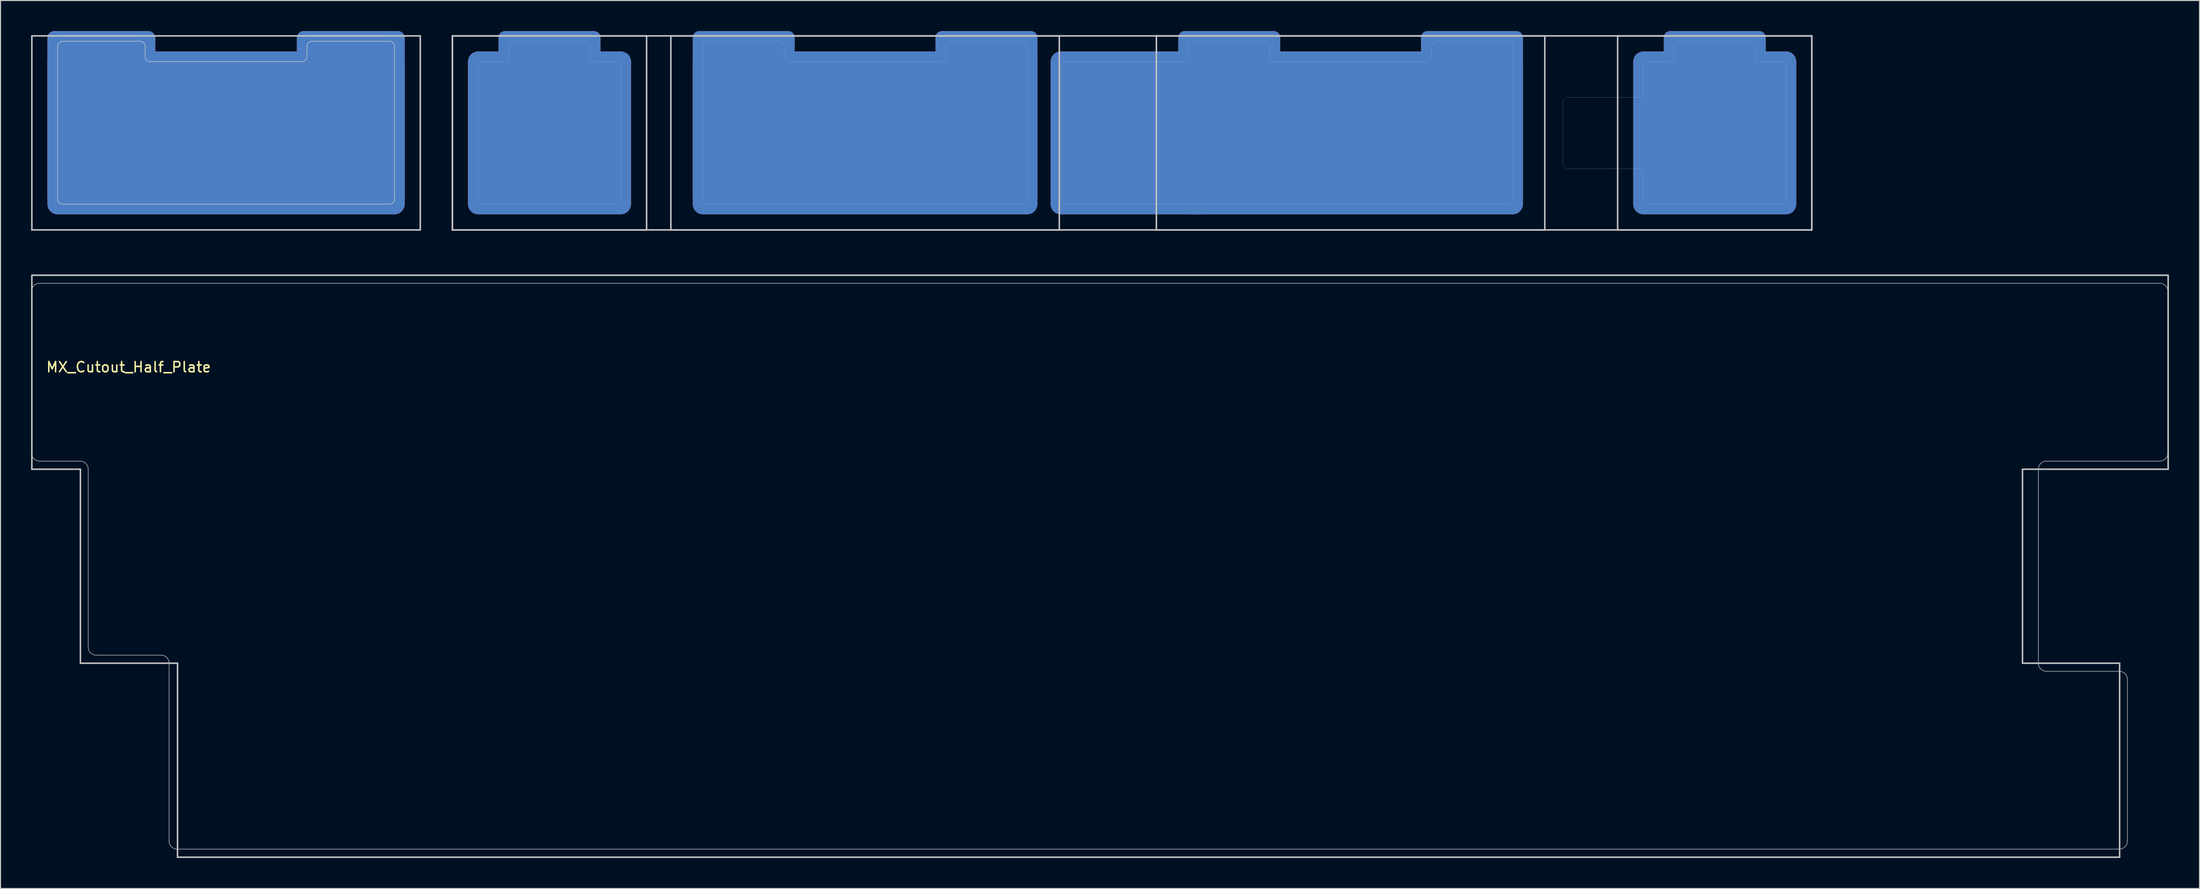
<source format=kicad_pcb>
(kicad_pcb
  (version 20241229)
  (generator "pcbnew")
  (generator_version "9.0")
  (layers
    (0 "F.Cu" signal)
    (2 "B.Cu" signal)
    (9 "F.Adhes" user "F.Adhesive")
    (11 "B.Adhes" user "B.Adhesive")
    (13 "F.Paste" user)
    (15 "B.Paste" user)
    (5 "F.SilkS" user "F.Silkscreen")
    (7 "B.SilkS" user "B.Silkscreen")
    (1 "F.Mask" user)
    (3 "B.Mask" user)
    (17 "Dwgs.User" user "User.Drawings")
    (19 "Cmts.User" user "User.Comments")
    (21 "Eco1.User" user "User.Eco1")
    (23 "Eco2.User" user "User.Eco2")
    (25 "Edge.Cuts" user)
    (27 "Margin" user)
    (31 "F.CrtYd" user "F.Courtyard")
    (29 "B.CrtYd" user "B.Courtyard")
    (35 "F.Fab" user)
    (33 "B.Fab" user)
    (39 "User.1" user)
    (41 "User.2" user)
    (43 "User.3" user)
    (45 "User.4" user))
  (footprint "MX_Cutout_7u_1u-2.25u-2.75u-1u"
    (layer "F.Cu")
    (at 108 10)
    (property "Reference" "MX_Cutout_7u_1u-2.25u-2.75u-1u" (at 0.25 10.05 0) (layer "Eco2.User") (effects (font (size 1 1) (thickness 0.15))))
    (fp_line (start -66.675 -9.525) (end -66.675 9.525) (stroke (width 0.15) (type solid)) (layer "Dwgs.User"))
    (fp_line (start -66.675 -9.525) (end -47.625 -9.525) (stroke (width 0.15) (type solid)) (layer "Dwgs.User"))
    (fp_line (start -66.675 -9.525) (end 66.675 -9.525) (stroke (width 0.15) (type solid)) (layer "Dwgs.User"))
    (fp_line (start -66.675 9.525) (end -66.675 -9.525) (stroke (width 0.15) (type solid)) (layer "Dwgs.User"))
    (fp_line (start -66.675 9.525) (end 66.675 9.525) (stroke (width 0.15) (type solid)) (layer "Dwgs.User"))
    (fp_line (start -47.625 -9.525) (end -47.625 9.525) (stroke (width 0.15) (type solid)) (layer "Dwgs.User"))
    (fp_line (start -47.625 9.525) (end -66.675 9.525) (stroke (width 0.15) (type solid)) (layer "Dwgs.User"))
    (fp_line (start -45.244 9.525) (end -45.244 -9.525) (stroke (width 0.15) (type solid)) (layer "Dwgs.User"))
    (fp_line (start -7.144 -9.525) (end -45.244 -9.525) (stroke (width 0.15) (type solid)) (layer "Dwgs.User"))
    (fp_line (start -7.144 9.525) (end -45.244 9.525) (stroke (width 0.15) (type solid)) (layer "Dwgs.User"))
    (fp_line (start -7.144 9.525) (end -7.144 -9.525) (stroke (width 0.15) (type solid)) (layer "Dwgs.User"))
    (fp_line (start 2.381 9.525) (end 2.381 -9.525) (stroke (width 0.15) (type solid)) (layer "Dwgs.User"))
    (fp_line (start 40.481 -9.525) (end 2.381 -9.525) (stroke (width 0.15) (type solid)) (layer "Dwgs.User"))
    (fp_line (start 40.481 9.525) (end 2.381 9.525) (stroke (width 0.15) (type solid)) (layer "Dwgs.User"))
    (fp_line (start 40.481 9.525) (end 40.481 -9.525) (stroke (width 0.15) (type solid)) (layer "Dwgs.User"))
    (fp_line (start 47.625 -9.525) (end 66.675 -9.525) (stroke (width 0.15) (type solid)) (layer "Dwgs.User"))
    (fp_line (start 47.625 9.525) (end 47.625 -9.525) (stroke (width 0.15) (type solid)) (layer "Dwgs.User"))
    (fp_line (start 66.675 -9.525) (end 66.675 9.525) (stroke (width 0.15) (type solid)) (layer "Dwgs.User"))
    (fp_line (start 66.675 -9.525) (end 66.675 9.525) (stroke (width 0.15) (type solid)) (layer "Dwgs.User"))
    (fp_line (start 66.675 9.525) (end 47.625 9.525) (stroke (width 0.15) (type solid)) (layer "Dwgs.User"))
    (fp_line (start -64.15 -6.5) (end -64.15 6.5) (stroke (width 0.01) (type solid)) (layer "Edge.Cuts"))
    (fp_line (start -63.65 7) (end -50.65 7) (stroke (width 0.01) (type solid)) (layer "Edge.Cuts"))
    (fp_line (start -61.65 -7) (end -63.65 -7) (stroke (width 0.01) (type solid)) (layer "Edge.Cuts"))
    (fp_line (start -61.15 -8.5) (end -61.15 -7.5) (stroke (width 0.01) (type solid)) (layer "Edge.Cuts"))
    (fp_line (start -53.65 -9) (end -60.65 -9) (stroke (width 0.01) (type solid)) (layer "Edge.Cuts"))
    (fp_line (start -53.15 -7.5) (end -53.15 -8.5) (stroke (width 0.01) (type solid)) (layer "Edge.Cuts"))
    (fp_line (start -50.65 -7) (end -52.65 -7) (stroke (width 0.01) (type solid)) (layer "Edge.Cuts"))
    (fp_line (start -50.15 6.5) (end -50.15 -6.5) (stroke (width 0.01) (type solid)) (layer "Edge.Cuts"))
    (fp_line (start -42.132 -8.5) (end -42.132 6.5) (stroke (width 0.01) (type solid)) (layer "Edge.Cuts"))
    (fp_line (start -41.632 7) (end -10.756 7) (stroke (width 0.01) (type solid)) (layer "Edge.Cuts"))
    (fp_line (start -34.632 -9) (end -41.632 -9) (stroke (width 0.01) (type solid)) (layer "Edge.Cuts"))
    (fp_line (start -34.132 -7.5) (end -34.132 -8.5) (stroke (width 0.01) (type solid)) (layer "Edge.Cuts"))
    (fp_line (start -18.756 -7) (end -33.632 -7) (stroke (width 0.01) (type solid)) (layer "Edge.Cuts"))
    (fp_line (start -18.256 -8.5) (end -18.256 -7.5) (stroke (width 0.01) (type solid)) (layer "Edge.Cuts"))
    (fp_line (start -10.756 -9) (end -17.756 -9) (stroke (width 0.01) (type solid)) (layer "Edge.Cuts"))
    (fp_line (start -10.256 6.5) (end -10.256 -8.5) (stroke (width 0.01) (type solid)) (layer "Edge.Cuts"))
    (fp_line (start -7 -6.5) (end -7 6.5) (stroke (width 0.01) (type solid)) (layer "Edge.Cuts"))
    (fp_line (start -6.5 7) (end 36.869 7) (stroke (width 0.01) (type solid)) (layer "Edge.Cuts"))
    (fp_line (start 4.993 -7) (end -6.5 -7) (stroke (width 0.01) (type solid)) (layer "Edge.Cuts"))
    (fp_line (start 5.493 -8.5) (end 5.493 -7.5) (stroke (width 0.01) (type solid)) (layer "Edge.Cuts"))
    (fp_line (start 12.993 -9) (end 5.993 -9) (stroke (width 0.01) (type solid)) (layer "Edge.Cuts"))
    (fp_line (start 13.493 -7.5) (end 13.493 -8.5) (stroke (width 0.01) (type solid)) (layer "Edge.Cuts"))
    (fp_line (start 28.869 -7) (end 13.993 -7) (stroke (width 0.01) (type solid)) (layer "Edge.Cuts"))
    (fp_line (start 29.369 -8.5) (end 29.369 -7.5) (stroke (width 0.01) (type solid)) (layer "Edge.Cuts"))
    (fp_line (start 36.869 -9) (end 29.869 -9) (stroke (width 0.01) (type solid)) (layer "Edge.Cuts"))
    (fp_line (start 37.369 6.5) (end 37.369 -8.5) (stroke (width 0.01) (type solid)) (layer "Edge.Cuts"))
    (fp_line (start 42.244 3) (end 42.244 -3) (stroke (width 0.01) (type solid)) (layer "Edge.Cuts"))
    (fp_line (start 42.744 -3.5) (end 49.65 -3.5) (stroke (width 0.01) (type solid)) (layer "Edge.Cuts"))
    (fp_line (start 49.65 3.5) (end 42.744 3.5) (stroke (width 0.01) (type solid)) (layer "Edge.Cuts"))
    (fp_line (start 50.15 -4) (end 50.15 -6.5) (stroke (width 0.01) (type solid)) (layer "Edge.Cuts"))
    (fp_line (start 50.15 6.5) (end 50.15 4) (stroke (width 0.01) (type solid)) (layer "Edge.Cuts"))
    (fp_line (start 50.65 -7) (end 52.65 -7) (stroke (width 0.01) (type solid)) (layer "Edge.Cuts"))
    (fp_line (start 53.15 -7.5) (end 53.15 -8.5) (stroke (width 0.01) (type solid)) (layer "Edge.Cuts"))
    (fp_line (start 53.65 -9) (end 60.65 -9) (stroke (width 0.01) (type solid)) (layer "Edge.Cuts"))
    (fp_line (start 61.15 -8.5) (end 61.15 -7.5) (stroke (width 0.01) (type solid)) (layer "Edge.Cuts"))
    (fp_line (start 61.65 -7) (end 63.65 -7) (stroke (width 0.01) (type solid)) (layer "Edge.Cuts"))
    (fp_line (start 63.65 7) (end 50.65 7) (stroke (width 0.01) (type solid)) (layer "Edge.Cuts"))
    (fp_line (start 64.15 -6.5) (end 64.15 6.5) (stroke (width 0.01) (type solid)) (layer "Edge.Cuts"))
    (fp_arc (start -64.15 -6.5) (mid -64.003553 -6.853553) (end -63.65 -7) (stroke (width 0.01) (type solid)) (layer "Edge.Cuts"))
    (fp_arc (start -63.65 7) (mid -64.003553 6.853553) (end -64.15 6.5) (stroke (width 0.01) (type solid)) (layer "Edge.Cuts"))
    (fp_arc (start -61.15 -8.5) (mid -61.003553 -8.853553) (end -60.65 -9) (stroke (width 0.01) (type solid)) (layer "Edge.Cuts"))
    (fp_arc (start -61.15 -7.5) (mid -61.296447 -7.146447) (end -61.65 -7) (stroke (width 0.01) (type solid)) (layer "Edge.Cuts"))
    (fp_arc (start -53.65 -9) (mid -53.296447 -8.853553) (end -53.15 -8.5) (stroke (width 0.01) (type solid)) (layer "Edge.Cuts"))
    (fp_arc (start -52.65 -7) (mid -53.003553 -7.146447) (end -53.15 -7.5) (stroke (width 0.01) (type solid)) (layer "Edge.Cuts"))
    (fp_arc (start -50.65 -7) (mid -50.296447 -6.853553) (end -50.15 -6.5) (stroke (width 0.01) (type solid)) (layer "Edge.Cuts"))
    (fp_arc (start -50.15 6.5) (mid -50.296447 6.853553) (end -50.65 7) (stroke (width 0.01) (type solid)) (layer "Edge.Cuts"))
    (fp_arc (start -42.13175 -8.5) (mid -41.985303 -8.853553) (end -41.63175 -9) (stroke (width 0.01) (type solid)) (layer "Edge.Cuts"))
    (fp_arc (start -41.63175 7) (mid -41.985303 6.853553) (end -42.13175 6.5) (stroke (width 0.01) (type solid)) (layer "Edge.Cuts"))
    (fp_arc (start -34.63175 -9) (mid -34.278197 -8.853553) (end -34.13175 -8.5) (stroke (width 0.01) (type solid)) (layer "Edge.Cuts"))
    (fp_arc (start -33.63175 -7) (mid -33.985303 -7.146447) (end -34.13175 -7.5) (stroke (width 0.01) (type solid)) (layer "Edge.Cuts"))
    (fp_arc (start -18.25575 -8.5) (mid -18.109303 -8.853553) (end -17.75575 -9) (stroke (width 0.01) (type solid)) (layer "Edge.Cuts"))
    (fp_arc (start -18.25575 -7.5) (mid -18.402197 -7.146447) (end -18.75575 -7) (stroke (width 0.01) (type solid)) (layer "Edge.Cuts"))
    (fp_arc (start -10.75575 -9) (mid -10.402197 -8.853553) (end -10.25575 -8.5) (stroke (width 0.01) (type solid)) (layer "Edge.Cuts"))
    (fp_arc (start -10.25575 6.5) (mid -10.402197 6.853553) (end -10.75575 7) (stroke (width 0.01) (type solid)) (layer "Edge.Cuts"))
    (fp_arc (start -7 -6.5) (mid -6.853553 -6.853553) (end -6.5 -7) (stroke (width 0.01) (type solid)) (layer "Edge.Cuts"))
    (fp_arc (start -6.5 7) (mid -6.853553 6.853553) (end -7 6.5) (stroke (width 0.01) (type solid)) (layer "Edge.Cuts"))
    (fp_arc (start 5.49325 -8.5) (mid 5.639697 -8.853553) (end 5.99325 -9) (stroke (width 0.01) (type solid)) (layer "Edge.Cuts"))
    (fp_arc (start 5.49325 -7.5) (mid 5.346803 -7.146447) (end 4.99325 -7) (stroke (width 0.01) (type solid)) (layer "Edge.Cuts"))
    (fp_arc (start 12.99325 -9) (mid 13.346803 -8.853553) (end 13.49325 -8.5) (stroke (width 0.01) (type solid)) (layer "Edge.Cuts"))
    (fp_arc (start 13.99325 -7) (mid 13.639697 -7.146447) (end 13.49325 -7.5) (stroke (width 0.01) (type solid)) (layer "Edge.Cuts"))
    (fp_arc (start 29.36925 -8.5) (mid 29.515697 -8.853553) (end 29.86925 -9) (stroke (width 0.01) (type solid)) (layer "Edge.Cuts"))
    (fp_arc (start 29.36925 -7.5) (mid 29.222803 -7.146447) (end 28.86925 -7) (stroke (width 0.01) (type solid)) (layer "Edge.Cuts"))
    (fp_arc (start 36.86925 -9) (mid 37.222803 -8.853553) (end 37.36925 -8.5) (stroke (width 0.01) (type solid)) (layer "Edge.Cuts"))
    (fp_arc (start 37.36925 6.5) (mid 37.222803 6.853553) (end 36.86925 7) (stroke (width 0.01) (type solid)) (layer "Edge.Cuts"))
    (fp_arc (start 42.24375 -3) (mid 42.390197 -3.353553) (end 42.74375 -3.5) (stroke (width 0.01) (type solid)) (layer "Edge.Cuts"))
    (fp_arc (start 42.74375 3.5) (mid 42.390197 3.353553) (end 42.24375 3) (stroke (width 0.01) (type solid)) (layer "Edge.Cuts"))
    (fp_arc (start 49.65 3.5) (mid 50.003553 3.646447) (end 50.15 4) (stroke (width 0.01) (type solid)) (layer "Edge.Cuts"))
    (fp_arc (start 50.15 -6.5) (mid 50.296447 -6.853553) (end 50.65 -7) (stroke (width 0.01) (type solid)) (layer "Edge.Cuts"))
    (fp_arc (start 50.15 -4) (mid 50.003553 -3.646447) (end 49.65 -3.5) (stroke (width 0.01) (type solid)) (layer "Edge.Cuts"))
    (fp_arc (start 50.65 7) (mid 50.296447 6.853553) (end 50.15 6.5) (stroke (width 0.01) (type solid)) (layer "Edge.Cuts"))
    (fp_arc (start 53.15 -8.5) (mid 53.296447 -8.853553) (end 53.65 -9) (stroke (width 0.01) (type solid)) (layer "Edge.Cuts"))
    (fp_arc (start 53.15 -7.5) (mid 53.003553 -7.146447) (end 52.65 -7) (stroke (width 0.01) (type solid)) (layer "Edge.Cuts"))
    (fp_arc (start 60.65 -9) (mid 61.003553 -8.853553) (end 61.15 -8.5) (stroke (width 0.01) (type solid)) (layer "Edge.Cuts"))
    (fp_arc (start 61.65 -7) (mid 61.296447 -7.146447) (end 61.15 -7.5) (stroke (width 0.01) (type solid)) (layer "Edge.Cuts"))
    (fp_arc (start 63.65 -7) (mid 64.003553 -6.853553) (end 64.15 -6.5) (stroke (width 0.01) (type solid)) (layer "Edge.Cuts"))
    (fp_arc (start 64.15 6.5) (mid 64.003553 6.853553) (end 63.65 7) (stroke (width 0.01) (type solid)) (layer "Edge.Cuts"))
    (pad "1" smd roundrect (at -57.15 -1.5 180) (size 10 17) (layers "F.Cu" "F.Mask") (roundrect_rratio 0.063))
    (pad "1" smd roundrect (at -57.15 -1.5 180) (size 10 17) (layers "B.Cu" "B.Mask") (roundrect_rratio 0.063))
    (pad "1" smd roundrect (at -57.15 0 180) (size 16 16) (layers "F.Cu" "F.Mask") (roundrect_rratio 0.063))
    (pad "1" smd roundrect (at -57.15 0 180) (size 16 16) (layers "B.Cu" "B.Mask") (roundrect_rratio 0.063))
    (pad "1" smd roundrect (at -38.1 -1.5) (size 10 17) (layers "F.Cu" "F.Mask") (roundrect_rratio 0.063))
    (pad "1" smd roundrect (at -38.1 -1.5) (size 10 17) (layers "B.Cu" "B.Mask") (roundrect_rratio 0.063))
    (pad "1" smd roundrect (at -26.194 0) (size 33.812 16) (layers "F.Cu" "F.Mask") (roundrect_rratio 0.063))
    (pad "1" smd roundrect (at -26.194 0) (size 33.812 16) (layers "B.Cu" "B.Mask") (roundrect_rratio 0.063))
    (pad "1" smd roundrect (at -14.287 -1.5) (size 10 17) (layers "F.Cu" "F.Mask") (roundrect_rratio 0.063))
    (pad "1" smd roundrect (at -14.287 -1.5) (size 10 17) (layers "B.Cu" "B.Mask") (roundrect_rratio 0.063))
    (pad "1" smd roundrect (at 0 0 180) (size 16 16) (layers "F.Cu" "F.Mask") (roundrect_rratio 0.063))
    (pad "1" smd roundrect (at 0 0 180) (size 16 16) (layers "B.Cu" "B.Mask") (roundrect_rratio 0.063))
    (pad "1" smd roundrect (at 9.525 -1.5) (size 10 17) (layers "F.Cu" "F.Mask") (roundrect_rratio 0.063))
    (pad "1" smd roundrect (at 9.525 -1.5) (size 10 17) (layers "B.Cu" "B.Mask") (roundrect_rratio 0.063))
    (pad "1" smd roundrect (at 21.431 0) (size 33.812 16) (layers "F.Cu" "F.Mask") (roundrect_rratio 0.063))
    (pad "1" smd roundrect (at 21.431 0) (size 33.812 16) (layers "B.Cu" "B.Mask") (roundrect_rratio 0.063))
    (pad "1" smd roundrect (at 33.337 -1.5) (size 10 17) (layers "F.Cu" "F.Mask") (roundrect_rratio 0.063))
    (pad "1" smd roundrect (at 33.337 -1.5) (size 10 17) (layers "B.Cu" "B.Mask") (roundrect_rratio 0.063))
    (pad "1" smd roundrect (at 57.15 -1.5 180) (size 10 17) (layers "F.Cu" "F.Mask") (roundrect_rratio 0.063))
    (pad "1" smd roundrect (at 57.15 -1.5 180) (size 10 17) (layers "B.Cu" "B.Mask") (roundrect_rratio 0.063))
    (pad "1" smd roundrect (at 57.15 0 180) (size 16 16) (layers "F.Cu" "F.Mask") (roundrect_rratio 0.063))
    (pad "1" smd roundrect (at 57.15 0 180) (size 16 16) (layers "B.Cu" "B.Mask") (roundrect_rratio 0.063)))
  (footprint "MX_Cutout_Half_Plate"
    (layer "F.Cu")
    (at 9.569 33.498)
    (property "Reference" "MX_Cutout_Half_Plate" (at 0 -0.5 0) (unlocked yes) (layer "F.SilkS") (effects (font (size 1 1) (thickness 0.15))))
    (fp_line (start -9.494 -9.525) (end -9.494 9.525) (stroke (width 0.15) (type solid)) (layer "Dwgs.User"))
    (fp_line (start -9.494 -9.525) (end 200.056 -9.525) (stroke (width 0.15) (type solid)) (layer "Dwgs.User"))
    (fp_line (start -9.494 9.525) (end -4.731 9.525) (stroke (width 0.15) (type solid)) (layer "Dwgs.User"))
    (fp_line (start -4.731 9.525) (end -4.731 28.575) (stroke (width 0.15) (type solid)) (layer "Dwgs.User"))
    (fp_line (start -4.731 28.575) (end 4.794 28.575) (stroke (width 0.15) (type solid)) (layer "Dwgs.User"))
    (fp_line (start 4.794 28.575) (end 4.794 47.625) (stroke (width 0.15) (type solid)) (layer "Dwgs.User"))
    (fp_line (start 4.794 47.625) (end 195.294 47.625) (stroke (width 0.15) (type solid)) (layer "Dwgs.User"))
    (fp_line (start 185.769 9.525) (end 185.769 28.575) (stroke (width 0.15) (type solid)) (layer "Dwgs.User"))
    (fp_line (start 195.294 28.575) (end 185.769 28.575) (stroke (width 0.15) (type solid)) (layer "Dwgs.User"))
    (fp_line (start 195.294 28.575) (end 195.294 47.625) (stroke (width 0.15) (type solid)) (layer "Dwgs.User"))
    (fp_line (start 200.056 -9.525) (end 200.056 9.525) (stroke (width 0.15) (type solid)) (layer "Dwgs.User"))
    (fp_line (start 200.056 9.525) (end 185.769 9.525) (stroke (width 0.15) (type solid)) (layer "Dwgs.User"))
    (fp_line (start -9.525 -7.938) (end -9.525 7.938) (stroke (width 0.05) (type solid)) (layer "Edge.Cuts"))
    (fp_line (start -8.731 8.731) (end -4.763 8.731) (stroke (width 0.05) (type solid)) (layer "Edge.Cuts"))
    (fp_line (start -3.969 9.525) (end -3.969 26.988) (stroke (width 0.05) (type solid)) (layer "Edge.Cuts"))
    (fp_line (start -3.175 27.781) (end 3.175 27.781) (stroke (width 0.05) (type solid)) (layer "Edge.Cuts"))
    (fp_line (start 3.969 28.575) (end 3.969 46.038) (stroke (width 0.05) (type solid)) (layer "Edge.Cuts"))
    (fp_line (start 4.763 46.831) (end 195.262 46.831) (stroke (width 0.05) (type solid)) (layer "Edge.Cuts"))
    (fp_line (start 187.325 28.575) (end 187.325 9.525) (stroke (width 0.05) (type solid)) (layer "Edge.Cuts"))
    (fp_line (start 188.119 8.731) (end 199.231 8.731) (stroke (width 0.05) (type solid)) (layer "Edge.Cuts"))
    (fp_line (start 195.262 29.369) (end 188.119 29.369) (stroke (width 0.05) (type solid)) (layer "Edge.Cuts"))
    (fp_line (start 196.056 46.038) (end 196.056 30.163) (stroke (width 0.05) (type solid)) (layer "Edge.Cuts"))
    (fp_line (start 199.231 -8.731) (end -8.731 -8.731) (stroke (width 0.05) (type solid)) (layer "Edge.Cuts"))
    (fp_line (start 200.025 7.938) (end 200.025 -7.938) (stroke (width 0.05) (type solid)) (layer "Edge.Cuts"))
    (fp_arc (start -9.525 -7.9375) (mid -9.292516 -8.498766) (end -8.73125 -8.73125) (stroke (width 0.05) (type solid)) (layer "Edge.Cuts"))
    (fp_arc (start -8.73125 8.73125) (mid -9.292516 8.498766) (end -9.525 7.9375) (stroke (width 0.05) (type solid)) (layer "Edge.Cuts"))
    (fp_arc (start -4.7625 8.73125) (mid -4.201234 8.963734) (end -3.96875 9.525) (stroke (width 0.05) (type solid)) (layer "Edge.Cuts"))
    (fp_arc (start -3.175 27.78125) (mid -3.736266 27.548766) (end -3.96875 26.9875) (stroke (width 0.05) (type solid)) (layer "Edge.Cuts"))
    (fp_arc (start 3.175 27.78125) (mid 3.736266 28.013734) (end 3.96875 28.575) (stroke (width 0.05) (type solid)) (layer "Edge.Cuts"))
    (fp_arc (start 4.7625 46.83125) (mid 4.201234 46.598766) (end 3.96875 46.0375) (stroke (width 0.05) (type solid)) (layer "Edge.Cuts"))
    (fp_arc (start 187.325 9.525) (mid 187.557484 8.963734) (end 188.11875 8.73125) (stroke (width 0.05) (type solid)) (layer "Edge.Cuts"))
    (fp_arc (start 188.11875 29.36875) (mid 187.557484 29.136266) (end 187.325 28.575) (stroke (width 0.05) (type solid)) (layer "Edge.Cuts"))
    (fp_arc (start 195.2625 29.36875) (mid 195.823766 29.601234) (end 196.05625 30.1625) (stroke (width 0.05) (type solid)) (layer "Edge.Cuts"))
    (fp_arc (start 196.05625 46.0375) (mid 195.823766 46.598766) (end 195.2625 46.83125) (stroke (width 0.05) (type solid)) (layer "Edge.Cuts"))
    (fp_arc (start 199.23125 -8.73125) (mid 199.792516 -8.498766) (end 200.025 -7.9375) (stroke (width 0.05) (type solid)) (layer "Edge.Cuts"))
    (fp_arc (start 200.025 7.9375) (mid 199.792516 8.498766) (end 199.23125 8.73125) (stroke (width 0.05) (type solid)) (layer "Edge.Cuts")))
  (footprint "MX_Cutout_2u_1u-1u"
    (layer "F.Cu")
    (at 19.125 10)
    (property "Reference" "MX_Cutout_2u_1u-1u" (at 0.25 10.05 0) (layer "Eco2.User") (effects (font (size 1 1) (thickness 0.15))))
    (fp_line (start -19.05 9.525) (end -19.05 -9.525) (stroke (width 0.15) (type solid)) (layer "Dwgs.User"))
    (fp_line (start 19.05 -9.525) (end -19.05 -9.525) (stroke (width 0.15) (type solid)) (layer "Dwgs.User"))
    (fp_line (start 19.05 9.525) (end -19.05 9.525) (stroke (width 0.15) (type solid)) (layer "Dwgs.User"))
    (fp_line (start 19.05 9.525) (end 19.05 -9.525) (stroke (width 0.15) (type solid)) (layer "Dwgs.User"))
    (fp_line (start -16.525 -8.5) (end -16.525 6.5) (stroke (width 0.05) (type solid)) (layer "Edge.Cuts"))
    (fp_line (start -16.025 7) (end 16.025 7) (stroke (width 0.05) (type solid)) (layer "Edge.Cuts"))
    (fp_line (start -8.438 -9) (end -16.025 -9) (stroke (width 0.05) (type solid)) (layer "Edge.Cuts"))
    (fp_line (start -7.938 -7.5) (end -7.938 -8.5) (stroke (width 0.05) (type solid)) (layer "Edge.Cuts"))
    (fp_line (start 7.438 -7) (end -7.438 -7) (stroke (width 0.05) (type solid)) (layer "Edge.Cuts"))
    (fp_line (start 7.938 -8.5) (end 7.938 -7.5) (stroke (width 0.05) (type solid)) (layer "Edge.Cuts"))
    (fp_line (start 16.025 -9) (end 8.438 -9) (stroke (width 0.05) (type solid)) (layer "Edge.Cuts"))
    (fp_line (start 16.525 6.5) (end 16.525 -8.5) (stroke (width 0.05) (type solid)) (layer "Edge.Cuts"))
    (fp_arc (start -16.525 -8.5) (mid -16.378553 -8.853553) (end -16.025 -9) (stroke (width 0.05) (type solid)) (layer "Edge.Cuts"))
    (fp_arc (start -16.025 7) (mid -16.378553 6.853553) (end -16.525 6.5) (stroke (width 0.05) (type solid)) (layer "Edge.Cuts"))
    (fp_arc (start -8.438 -9) (mid -8.084447 -8.853553) (end -7.938 -8.5) (stroke (width 0.05) (type solid)) (layer "Edge.Cuts"))
    (fp_arc (start -7.438 -7) (mid -7.791553 -7.146447) (end -7.938 -7.5) (stroke (width 0.05) (type solid)) (layer "Edge.Cuts"))
    (fp_arc (start 7.938 -8.5) (mid 8.084447 -8.853553) (end 8.438 -9) (stroke (width 0.05) (type solid)) (layer "Edge.Cuts"))
    (fp_arc (start 7.938 -7.5) (mid 7.791553 -7.146447) (end 7.438 -7) (stroke (width 0.05) (type solid)) (layer "Edge.Cuts"))
    (fp_arc (start 16.025 -9) (mid 16.378553 -8.853553) (end 16.525 -8.5) (stroke (width 0.05) (type solid)) (layer "Edge.Cuts"))
    (fp_arc (start 16.525 6.5) (mid 16.378553 6.853553) (end 16.025 7) (stroke (width 0.05) (type solid)) (layer "Edge.Cuts"))
    (pad "1" smd roundrect (at -12.232 -1.5) (size 10.587 17) (layers "F.Cu" "F.Mask") (roundrect_rratio 0.063))
    (pad "1" smd roundrect (at -12.232 -1.5) (size 10.587 17) (layers "B.Cu" "B.Mask") (roundrect_rratio 0.063))
    (pad "1" smd roundrect (at 0 0) (size 35.05 16) (layers "F.Cu" "F.Mask") (roundrect_rratio 0.063))
    (pad "1" smd roundrect (at 0 0) (size 35.05 16) (layers "B.Cu" "B.Mask") (roundrect_rratio 0.063))
    (pad "1" smd roundrect (at 12.232 -1.5) (size 10.587 17) (layers "F.Cu" "F.Mask") (roundrect_rratio 0.063))
    (pad "1" smd roundrect (at 12.232 -1.5) (size 10.587 17) (layers "B.Cu" "B.Mask") (roundrect_rratio 0.063)))
  (gr_rect
    (start -3 -3)
    (end 212.7 84.198)
    (stroke (width 0.1) (type default))
    (fill no)
    (layer "Edge.Cuts")))
</source>
